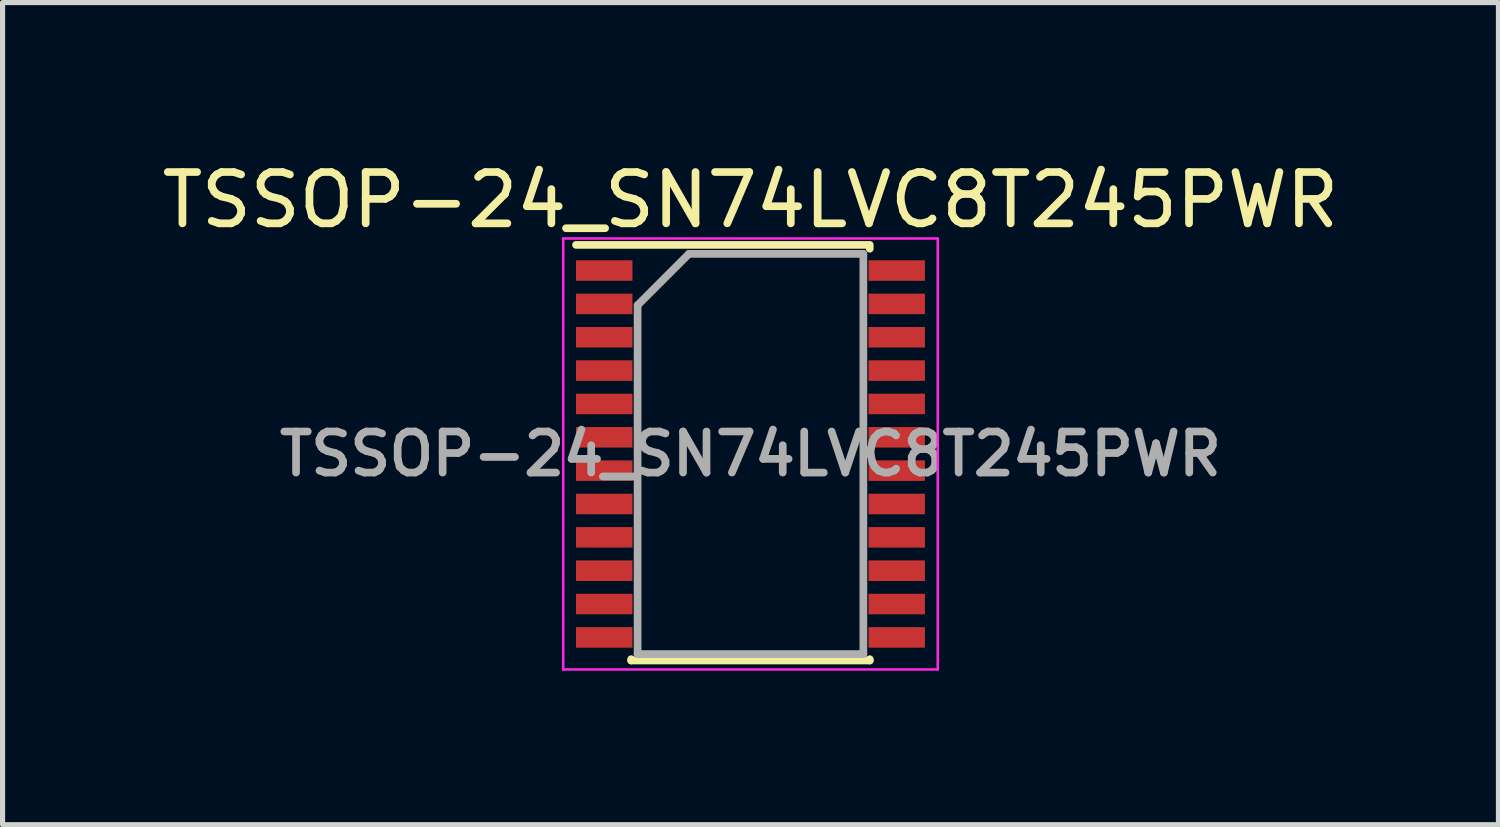
<source format=kicad_pcb>
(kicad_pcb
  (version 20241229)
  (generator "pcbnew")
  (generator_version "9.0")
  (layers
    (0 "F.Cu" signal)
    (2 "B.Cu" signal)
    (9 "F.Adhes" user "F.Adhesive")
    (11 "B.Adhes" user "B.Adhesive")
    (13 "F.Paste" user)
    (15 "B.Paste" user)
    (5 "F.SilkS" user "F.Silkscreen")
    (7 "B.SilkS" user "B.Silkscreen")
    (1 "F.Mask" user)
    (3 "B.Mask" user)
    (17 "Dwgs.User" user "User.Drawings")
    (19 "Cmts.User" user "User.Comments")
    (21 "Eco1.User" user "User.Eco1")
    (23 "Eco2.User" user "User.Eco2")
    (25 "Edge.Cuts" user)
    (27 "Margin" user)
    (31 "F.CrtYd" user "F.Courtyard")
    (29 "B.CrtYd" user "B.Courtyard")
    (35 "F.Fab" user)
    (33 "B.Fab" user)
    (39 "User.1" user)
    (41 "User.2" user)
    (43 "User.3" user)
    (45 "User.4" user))
  (footprint "TSSOP-24_SN74LVC8T245PWR"
    (layer "F.Cu")
    (at 11.577 5.798)
    (property "Reference" "TSSOP-24_SN74LVC8T245PWR" (at 0 -4.95 0) (layer "F.SilkS") (effects (font (size 1 1) (thickness 0.15))))
    (attr smd)
    (fp_line (start -3.4 -4.075) (end 2.325 -4.075) (stroke (width 0.15) (type solid)) (layer "F.SilkS"))
    (fp_line (start -2.325 4.025) (end -2.325 4) (stroke (width 0.15) (type solid)) (layer "F.SilkS"))
    (fp_line (start -2.325 4.025) (end 2.325 4.025) (stroke (width 0.15) (type solid)) (layer "F.SilkS"))
    (fp_line (start 2.325 -4.025) (end 2.325 -4) (stroke (width 0.15) (type solid)) (layer "F.SilkS"))
    (fp_line (start 2.325 4.025) (end 2.325 4) (stroke (width 0.15) (type solid)) (layer "F.SilkS"))
    (fp_line (start -3.65 -4.2) (end -3.65 4.2) (stroke (width 0.05) (type solid)) (layer "F.CrtYd"))
    (fp_line (start -3.65 -4.2) (end 3.65 -4.2) (stroke (width 0.05) (type solid)) (layer "F.CrtYd"))
    (fp_line (start -3.65 4.2) (end 3.65 4.2) (stroke (width 0.05) (type solid)) (layer "F.CrtYd"))
    (fp_line (start 3.65 -4.2) (end 3.65 4.2) (stroke (width 0.05) (type solid)) (layer "F.CrtYd"))
    (fp_line (start -2.2 -2.9) (end -1.2 -3.9) (stroke (width 0.15) (type solid)) (layer "F.Fab"))
    (fp_line (start -2.2 3.9) (end -2.2 -2.9) (stroke (width 0.15) (type solid)) (layer "F.Fab"))
    (fp_line (start -1.2 -3.9) (end 2.2 -3.9) (stroke (width 0.15) (type solid)) (layer "F.Fab"))
    (fp_line (start 2.2 -3.9) (end 2.2 3.9) (stroke (width 0.15) (type solid)) (layer "F.Fab"))
    (fp_line (start 2.2 3.9) (end -2.2 3.9) (stroke (width 0.15) (type solid)) (layer "F.Fab"))
    (fp_text user "${REFERENCE}" (at 0 0 0) (layer "F.Fab") (effects (font (size 0.8 0.8) (thickness 0.15))))
    (pad "1" smd rect (at -2.85 -3.575) (size 1.1 0.4) (layers "F.Cu" "F.Mask" "F.Paste"))
    (pad "2" smd rect (at -2.85 -2.925) (size 1.1 0.4) (layers "F.Cu" "F.Mask" "F.Paste"))
    (pad "3" smd rect (at -2.85 -2.275) (size 1.1 0.4) (layers "F.Cu" "F.Mask" "F.Paste"))
    (pad "4" smd rect (at -2.85 -1.625) (size 1.1 0.4) (layers "F.Cu" "F.Mask" "F.Paste"))
    (pad "5" smd rect (at -2.85 -0.975) (size 1.1 0.4) (layers "F.Cu" "F.Mask" "F.Paste"))
    (pad "6" smd rect (at -2.85 -0.325) (size 1.1 0.4) (layers "F.Cu" "F.Mask" "F.Paste"))
    (pad "7" smd rect (at -2.85 0.325) (size 1.1 0.4) (layers "F.Cu" "F.Mask" "F.Paste"))
    (pad "8" smd rect (at -2.85 0.975) (size 1.1 0.4) (layers "F.Cu" "F.Mask" "F.Paste"))
    (pad "9" smd rect (at -2.85 1.625) (size 1.1 0.4) (layers "F.Cu" "F.Mask" "F.Paste"))
    (pad "10" smd rect (at -2.85 2.275) (size 1.1 0.4) (layers "F.Cu" "F.Mask" "F.Paste"))
    (pad "11" smd rect (at -2.85 2.925) (size 1.1 0.4) (layers "F.Cu" "F.Mask" "F.Paste"))
    (pad "12" smd rect (at -2.85 3.575) (size 1.1 0.4) (layers "F.Cu" "F.Mask" "F.Paste"))
    (pad "13" smd rect (at 2.85 3.575) (size 1.1 0.4) (layers "F.Cu" "F.Mask" "F.Paste"))
    (pad "14" smd rect (at 2.85 2.925) (size 1.1 0.4) (layers "F.Cu" "F.Mask" "F.Paste"))
    (pad "15" smd rect (at 2.85 2.275) (size 1.1 0.4) (layers "F.Cu" "F.Mask" "F.Paste"))
    (pad "16" smd rect (at 2.85 1.625) (size 1.1 0.4) (layers "F.Cu" "F.Mask" "F.Paste"))
    (pad "17" smd rect (at 2.85 0.975) (size 1.1 0.4) (layers "F.Cu" "F.Mask" "F.Paste"))
    (pad "18" smd rect (at 2.85 0.325) (size 1.1 0.4) (layers "F.Cu" "F.Mask" "F.Paste"))
    (pad "19" smd rect (at 2.85 -0.325) (size 1.1 0.4) (layers "F.Cu" "F.Mask" "F.Paste"))
    (pad "20" smd rect (at 2.85 -0.975) (size 1.1 0.4) (layers "F.Cu" "F.Mask" "F.Paste"))
    (pad "21" smd rect (at 2.85 -1.625) (size 1.1 0.4) (layers "F.Cu" "F.Mask" "F.Paste"))
    (pad "22" smd rect (at 2.85 -2.275) (size 1.1 0.4) (layers "F.Cu" "F.Mask" "F.Paste"))
    (pad "23" smd rect (at 2.85 -2.925) (size 1.1 0.4) (layers "F.Cu" "F.Mask" "F.Paste"))
    (pad "24" smd rect (at 2.85 -3.575) (size 1.1 0.4) (layers "F.Cu" "F.Mask" "F.Paste")))
  (gr_rect
    (start -3 -3)
    (end 26.155 13.023)
    (stroke (width 0.1) (type default))
    (fill no)
    (layer "Edge.Cuts")))
</source>
